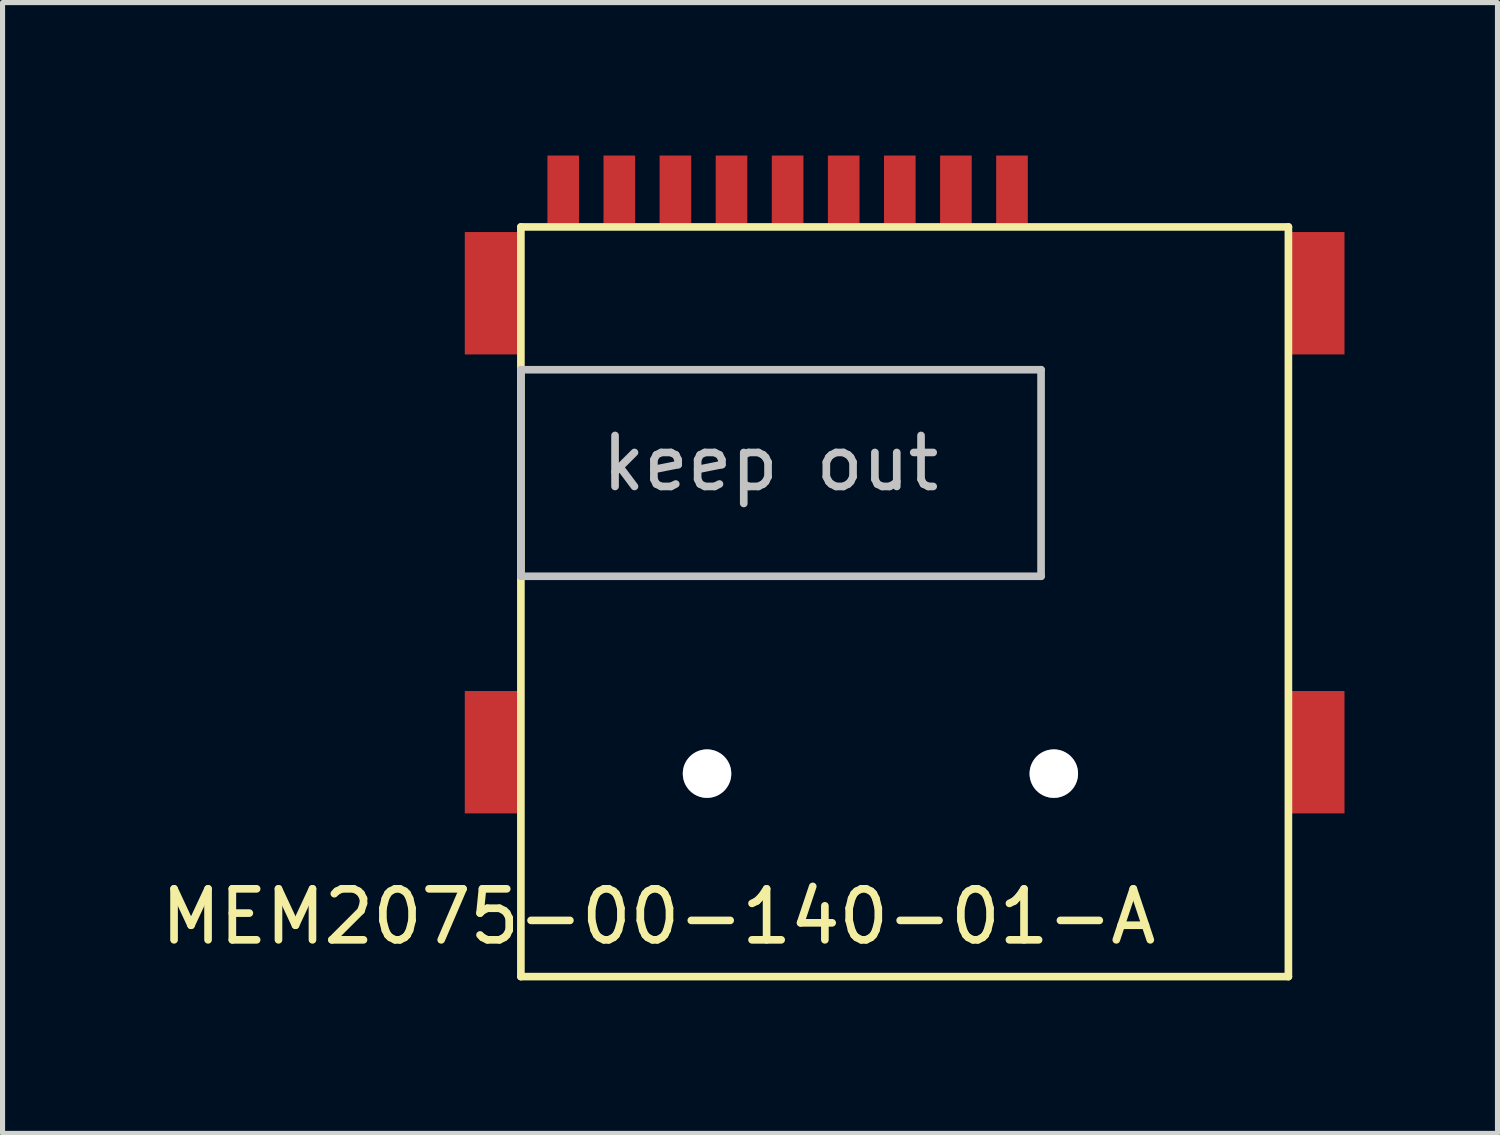
<source format=kicad_pcb>
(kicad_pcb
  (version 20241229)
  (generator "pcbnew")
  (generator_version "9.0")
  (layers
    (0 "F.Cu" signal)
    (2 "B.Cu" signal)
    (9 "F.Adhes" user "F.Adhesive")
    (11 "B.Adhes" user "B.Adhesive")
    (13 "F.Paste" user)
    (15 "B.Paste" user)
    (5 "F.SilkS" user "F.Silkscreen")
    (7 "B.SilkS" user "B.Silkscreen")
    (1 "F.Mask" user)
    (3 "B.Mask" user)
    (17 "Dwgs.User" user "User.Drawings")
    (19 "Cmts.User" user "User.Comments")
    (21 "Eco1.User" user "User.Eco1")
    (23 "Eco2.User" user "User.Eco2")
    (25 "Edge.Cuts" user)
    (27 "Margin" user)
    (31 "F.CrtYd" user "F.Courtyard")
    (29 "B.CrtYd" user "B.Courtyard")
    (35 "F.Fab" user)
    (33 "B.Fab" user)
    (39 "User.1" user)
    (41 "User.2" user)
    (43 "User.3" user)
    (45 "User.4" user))
  (footprint "MEM2075-00-140-01-A"
    (layer "F.Cu")
    (at 14.689 0.7)
    (property "Reference" "MEM2075-00-140-01-A" (at -4.826 14.224 0) (layer "F.SilkS") (effects (font (size 1 1) (thickness 0.15))))
    (attr through_hole)
    (fp_line (start -7.525 0.7) (end -7.525 15.4) (stroke (width 0.15) (type solid)) (layer "F.SilkS"))
    (fp_line (start -7.525 0.7) (end 7.525 0.7) (stroke (width 0.15) (type solid)) (layer "F.SilkS"))
    (fp_line (start -7.525 15.4) (end 7.525 15.4) (stroke (width 0.15) (type solid)) (layer "F.SilkS"))
    (fp_line (start 7.525 0.7) (end 7.525 15.4) (stroke (width 0.15) (type solid)) (layer "F.SilkS"))
    (fp_line (start -7.525 3.5) (end -7.525 7.55) (stroke (width 0.15) (type solid)) (layer "Dwgs.User"))
    (fp_line (start -7.525 3.5) (end 2.675 3.5) (stroke (width 0.15) (type solid)) (layer "Dwgs.User"))
    (fp_line (start -7.525 7.55) (end 2.675 7.55) (stroke (width 0.15) (type solid)) (layer "Dwgs.User"))
    (fp_line (start 2.675 3.5) (end 2.675 7.55) (stroke (width 0.15) (type solid)) (layer "Dwgs.User"))
    (fp_text user "keep out" (at -2.631 5.334 0) (layer "Dwgs.User") (effects (font (size 1 1) (thickness 0.15))))
    (pad "" thru_hole circle (at -3.875 11.42 90) (size 0.95 0.95) (drill 0.95) (layers "*.Mask" "F.Cu"))
    (pad "" thru_hole circle (at 2.925 11.42 90) (size 0.95 0.95) (drill 0.95) (layers "*.Mask" "F.Cu"))
    (pad "1" smd rect (at 2.105 0 90) (size 1.4 0.62) (layers "F.Cu" "F.Mask" "F.Paste"))
    (pad "2" smd rect (at 1.005 0 90) (size 1.4 0.62) (layers "F.Cu" "F.Mask" "F.Paste"))
    (pad "3" smd rect (at -0.095 0 90) (size 1.4 0.62) (layers "F.Cu" "F.Mask" "F.Paste"))
    (pad "4" smd rect (at -1.195 0 90) (size 1.4 0.62) (layers "F.Cu" "F.Mask" "F.Paste"))
    (pad "5" smd rect (at -2.295 0 90) (size 1.4 0.62) (layers "F.Cu" "F.Mask" "F.Paste"))
    (pad "6" smd rect (at -3.395 0 90) (size 1.4 0.62) (layers "F.Cu" "F.Mask" "F.Paste"))
    (pad "7" smd rect (at -4.495 0 90) (size 1.4 0.62) (layers "F.Cu" "F.Mask" "F.Paste"))
    (pad "8" smd rect (at -5.595 0 90) (size 1.4 0.62) (layers "F.Cu" "F.Mask" "F.Paste"))
    (pad "9" smd rect (at -6.695 0 90) (size 1.4 0.62) (layers "F.Cu" "F.Mask" "F.Paste"))
    (pad "10" smd rect (at -8.075 2 90) (size 2.4 1.1) (layers "F.Cu" "F.Mask" "F.Paste"))
    (pad "10" smd rect (at -8.075 11 90) (size 2.4 1.1) (layers "F.Cu" "F.Mask" "F.Paste"))
    (pad "10" smd rect (at 8.075 2 90) (size 2.4 1.1) (layers "F.Cu" "F.Mask" "F.Paste"))
    (pad "10" smd rect (at 8.075 11 90) (size 2.4 1.1) (layers "F.Cu" "F.Mask" "F.Paste")))
  (gr_rect
    (start -3 -3)
    (end 26.314 19.175)
    (stroke (width 0.1) (type default))
    (fill no)
    (layer "Edge.Cuts")))
</source>
